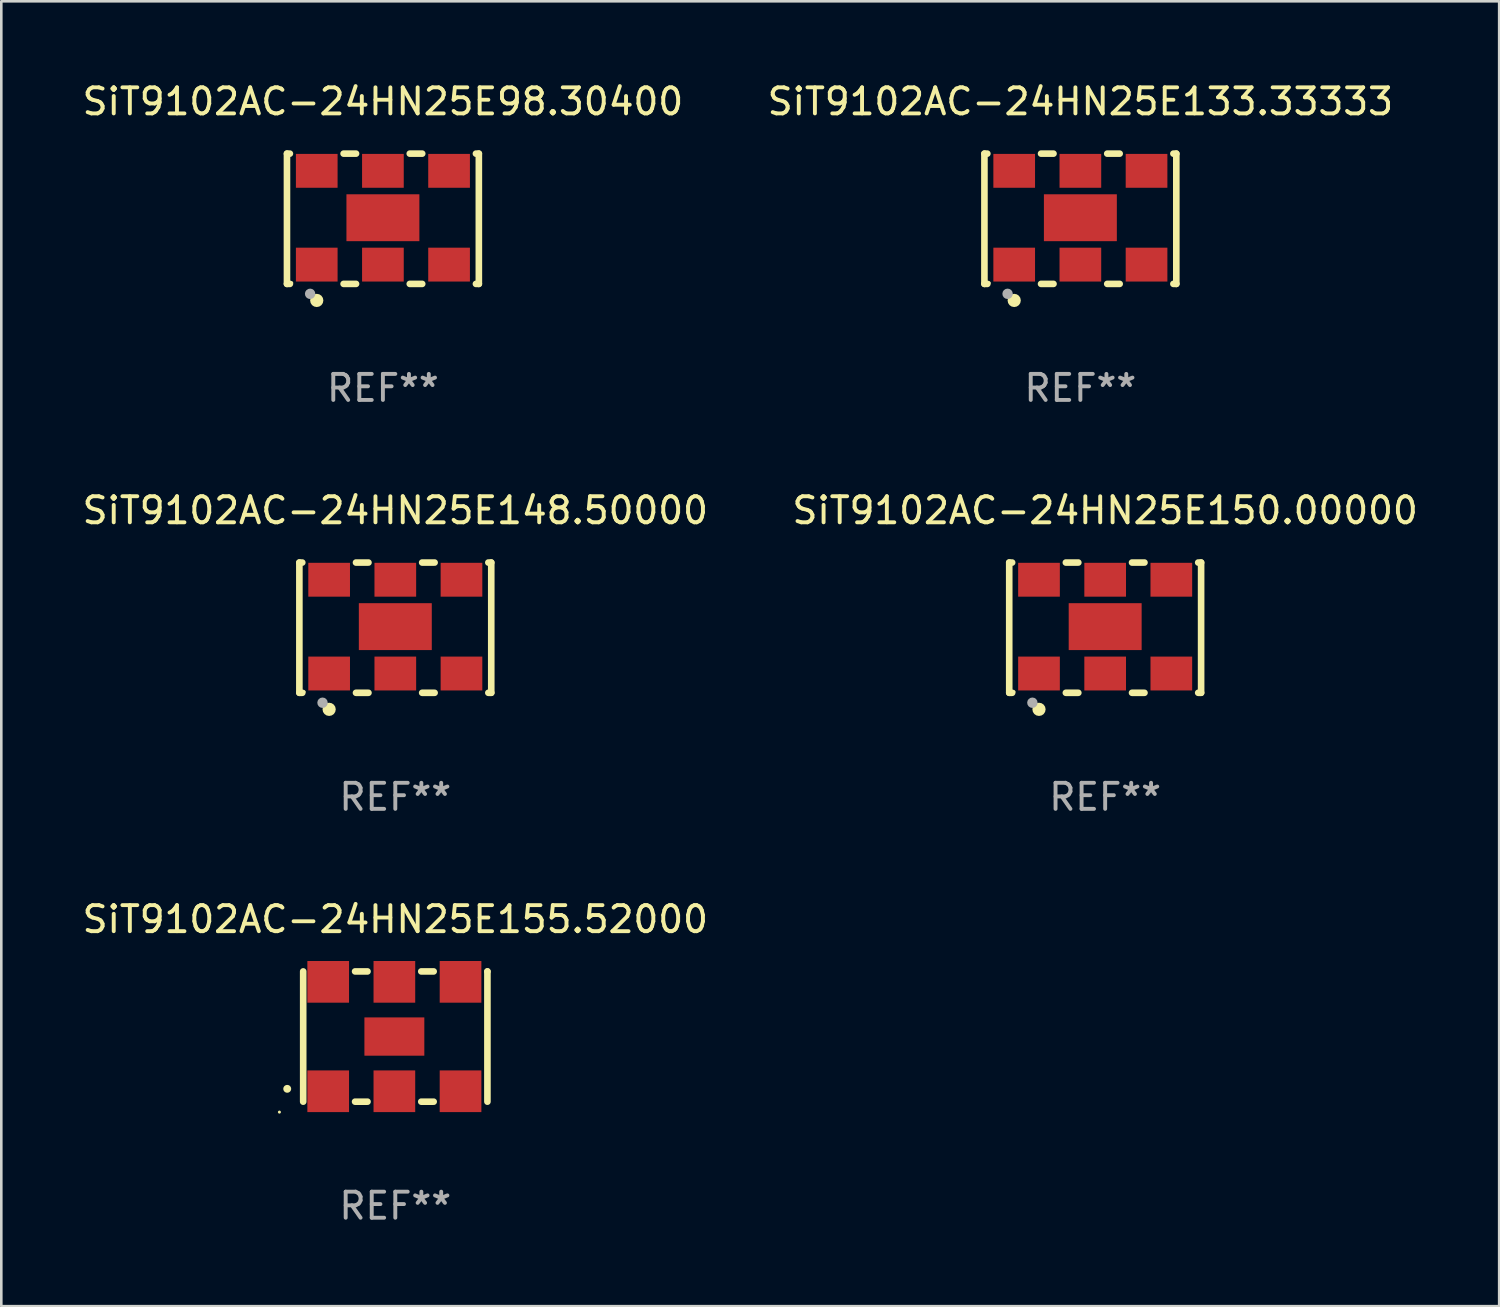
<source format=kicad_pcb>
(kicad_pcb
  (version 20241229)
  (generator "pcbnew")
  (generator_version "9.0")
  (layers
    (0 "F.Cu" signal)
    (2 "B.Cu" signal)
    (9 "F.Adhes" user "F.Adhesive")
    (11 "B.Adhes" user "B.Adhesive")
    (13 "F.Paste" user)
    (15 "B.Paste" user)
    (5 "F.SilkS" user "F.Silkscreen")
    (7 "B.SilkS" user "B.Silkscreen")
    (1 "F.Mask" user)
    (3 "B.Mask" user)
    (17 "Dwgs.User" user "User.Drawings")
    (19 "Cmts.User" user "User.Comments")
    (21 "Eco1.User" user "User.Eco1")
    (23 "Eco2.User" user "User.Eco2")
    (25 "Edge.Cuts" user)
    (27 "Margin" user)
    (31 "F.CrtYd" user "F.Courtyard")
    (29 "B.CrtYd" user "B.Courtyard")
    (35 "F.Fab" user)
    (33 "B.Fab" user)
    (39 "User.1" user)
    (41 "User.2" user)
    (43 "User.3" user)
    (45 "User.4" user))
  (footprint "SiT9102AC-24HN25E98.30400"
    (layer "F.Cu")
    (at 11.649 5.348)
    (property "Reference" "SiT9102AC-24HN25E98.30400" (at 0 -4.5 0) (layer "F.SilkS") (effects (font (size 1 1) (thickness 0.15))))
    (attr through_hole)
    (fp_line (start -3.683 -2.5) (end -3.571 -2.5) (stroke (width 0.254) (type solid)) (layer "F.SilkS"))
    (fp_line (start -3.683 2.5) (end -3.683 -2.5) (stroke (width 0.254) (type solid)) (layer "F.SilkS"))
    (fp_line (start -3.683 2.5) (end -3.571 2.5) (stroke (width 0.254) (type solid)) (layer "F.SilkS"))
    (fp_line (start -1.509 -2.5) (end -1.031 -2.5) (stroke (width 0.254) (type solid)) (layer "F.SilkS"))
    (fp_line (start -1.509 2.5) (end -1.031 2.5) (stroke (width 0.254) (type solid)) (layer "F.SilkS"))
    (fp_line (start 1.031 -2.5) (end 1.509 -2.5) (stroke (width 0.254) (type solid)) (layer "F.SilkS"))
    (fp_line (start 1.031 2.5) (end 1.509 2.5) (stroke (width 0.254) (type solid)) (layer "F.SilkS"))
    (fp_line (start 3.571 -2.5) (end 3.683 -2.5) (stroke (width 0.254) (type solid)) (layer "F.SilkS"))
    (fp_line (start 3.571 2.5) (end 3.683 2.5) (stroke (width 0.254) (type solid)) (layer "F.SilkS"))
    (fp_line (start 3.683 2.5) (end 3.683 -2.5) (stroke (width 0.254) (type solid)) (layer "F.SilkS"))
    (fp_circle (center -3.5 2.46) (end -3.47 2.46) (stroke (width 0.06) (type solid)) (fill no) (layer "F.SilkS"))
    (fp_circle (center -2.54 3.135) (end -2.413 3.135) (stroke (width 0.254) (type solid)) (fill no) (layer "F.SilkS"))
    (fp_circle (center -2.794 2.881) (end -2.694 2.881) (stroke (width 0.2) (type solid)) (fill no) (layer "F.Fab"))
    (fp_text user "REF**" (at 0 6.5 0) (layer "F.Fab") (effects (font (size 1 1) (thickness 0.15))))
    (pad "1" smd rect (at -2.54 1.76) (size 1.6 1.3) (layers "F.Cu" "F.Mask" "F.Paste"))
    (pad "2" smd rect (at 0 1.76) (size 1.6 1.3) (layers "F.Cu" "F.Mask" "F.Paste"))
    (pad "3" smd rect (at 2.54 1.76) (size 1.6 1.3) (layers "F.Cu" "F.Mask" "F.Paste"))
    (pad "4" smd rect (at 2.54 -1.84) (size 1.6 1.3) (layers "F.Cu" "F.Mask" "F.Paste"))
    (pad "5" smd rect (at 0 -1.84) (size 1.6 1.3) (layers "F.Cu" "F.Mask" "F.Paste"))
    (pad "6" smd rect (at -2.54 -1.84) (size 1.6 1.3) (layers "F.Cu" "F.Mask" "F.Paste"))
    (pad "7" smd rect (at 0 -0.04) (size 2.8 1.8) (layers "F.Cu" "F.Mask" "F.Paste")))
  (footprint "SiT9102AC-24HN25E133.33333"
    (layer "F.Cu")
    (at 38.423 5.348)
    (property "Reference" "SiT9102AC-24HN25E133.33333" (at 0 -4.5 0) (layer "F.SilkS") (effects (font (size 1 1) (thickness 0.15))))
    (attr through_hole)
    (fp_line (start -3.683 -2.5) (end -3.571 -2.5) (stroke (width 0.254) (type solid)) (layer "F.SilkS"))
    (fp_line (start -3.683 2.5) (end -3.683 -2.5) (stroke (width 0.254) (type solid)) (layer "F.SilkS"))
    (fp_line (start -3.683 2.5) (end -3.571 2.5) (stroke (width 0.254) (type solid)) (layer "F.SilkS"))
    (fp_line (start -1.509 -2.5) (end -1.031 -2.5) (stroke (width 0.254) (type solid)) (layer "F.SilkS"))
    (fp_line (start -1.509 2.5) (end -1.031 2.5) (stroke (width 0.254) (type solid)) (layer "F.SilkS"))
    (fp_line (start 1.031 -2.5) (end 1.509 -2.5) (stroke (width 0.254) (type solid)) (layer "F.SilkS"))
    (fp_line (start 1.031 2.5) (end 1.509 2.5) (stroke (width 0.254) (type solid)) (layer "F.SilkS"))
    (fp_line (start 3.571 -2.5) (end 3.683 -2.5) (stroke (width 0.254) (type solid)) (layer "F.SilkS"))
    (fp_line (start 3.571 2.5) (end 3.683 2.5) (stroke (width 0.254) (type solid)) (layer "F.SilkS"))
    (fp_line (start 3.683 2.5) (end 3.683 -2.5) (stroke (width 0.254) (type solid)) (layer "F.SilkS"))
    (fp_circle (center -3.5 2.46) (end -3.47 2.46) (stroke (width 0.06) (type solid)) (fill no) (layer "F.SilkS"))
    (fp_circle (center -2.54 3.135) (end -2.413 3.135) (stroke (width 0.254) (type solid)) (fill no) (layer "F.SilkS"))
    (fp_circle (center -2.794 2.881) (end -2.694 2.881) (stroke (width 0.2) (type solid)) (fill no) (layer "F.Fab"))
    (fp_text user "REF**" (at 0 6.5 0) (layer "F.Fab") (effects (font (size 1 1) (thickness 0.15))))
    (pad "1" smd rect (at -2.54 1.76) (size 1.6 1.3) (layers "F.Cu" "F.Mask" "F.Paste"))
    (pad "2" smd rect (at 0 1.76) (size 1.6 1.3) (layers "F.Cu" "F.Mask" "F.Paste"))
    (pad "3" smd rect (at 2.54 1.76) (size 1.6 1.3) (layers "F.Cu" "F.Mask" "F.Paste"))
    (pad "4" smd rect (at 2.54 -1.84) (size 1.6 1.3) (layers "F.Cu" "F.Mask" "F.Paste"))
    (pad "5" smd rect (at 0 -1.84) (size 1.6 1.3) (layers "F.Cu" "F.Mask" "F.Paste"))
    (pad "6" smd rect (at -2.54 -1.84) (size 1.6 1.3) (layers "F.Cu" "F.Mask" "F.Paste"))
    (pad "7" smd rect (at 0 -0.04) (size 2.8 1.8) (layers "F.Cu" "F.Mask" "F.Paste")))
  (footprint "SiT9102AC-24HN25E150.00000"
    (layer "F.Cu")
    (at 39.375 21.045)
    (property "Reference" "SiT9102AC-24HN25E150.00000" (at 0 -4.5 0) (layer "F.SilkS") (effects (font (size 1 1) (thickness 0.15))))
    (attr through_hole)
    (fp_line (start -3.683 -2.5) (end -3.571 -2.5) (stroke (width 0.254) (type solid)) (layer "F.SilkS"))
    (fp_line (start -3.683 2.5) (end -3.683 -2.5) (stroke (width 0.254) (type solid)) (layer "F.SilkS"))
    (fp_line (start -3.683 2.5) (end -3.571 2.5) (stroke (width 0.254) (type solid)) (layer "F.SilkS"))
    (fp_line (start -1.509 -2.5) (end -1.031 -2.5) (stroke (width 0.254) (type solid)) (layer "F.SilkS"))
    (fp_line (start -1.509 2.5) (end -1.031 2.5) (stroke (width 0.254) (type solid)) (layer "F.SilkS"))
    (fp_line (start 1.031 -2.5) (end 1.509 -2.5) (stroke (width 0.254) (type solid)) (layer "F.SilkS"))
    (fp_line (start 1.031 2.5) (end 1.509 2.5) (stroke (width 0.254) (type solid)) (layer "F.SilkS"))
    (fp_line (start 3.571 -2.5) (end 3.683 -2.5) (stroke (width 0.254) (type solid)) (layer "F.SilkS"))
    (fp_line (start 3.571 2.5) (end 3.683 2.5) (stroke (width 0.254) (type solid)) (layer "F.SilkS"))
    (fp_line (start 3.683 2.5) (end 3.683 -2.5) (stroke (width 0.254) (type solid)) (layer "F.SilkS"))
    (fp_circle (center -3.5 2.46) (end -3.47 2.46) (stroke (width 0.06) (type solid)) (fill no) (layer "F.SilkS"))
    (fp_circle (center -2.54 3.135) (end -2.413 3.135) (stroke (width 0.254) (type solid)) (fill no) (layer "F.SilkS"))
    (fp_circle (center -2.794 2.881) (end -2.694 2.881) (stroke (width 0.2) (type solid)) (fill no) (layer "F.Fab"))
    (fp_text user "REF**" (at 0 6.5 0) (layer "F.Fab") (effects (font (size 1 1) (thickness 0.15))))
    (pad "1" smd rect (at -2.54 1.76) (size 1.6 1.3) (layers "F.Cu" "F.Mask" "F.Paste"))
    (pad "2" smd rect (at 0 1.76) (size 1.6 1.3) (layers "F.Cu" "F.Mask" "F.Paste"))
    (pad "3" smd rect (at 2.54 1.76) (size 1.6 1.3) (layers "F.Cu" "F.Mask" "F.Paste"))
    (pad "4" smd rect (at 2.54 -1.84) (size 1.6 1.3) (layers "F.Cu" "F.Mask" "F.Paste"))
    (pad "5" smd rect (at 0 -1.84) (size 1.6 1.3) (layers "F.Cu" "F.Mask" "F.Paste"))
    (pad "6" smd rect (at -2.54 -1.84) (size 1.6 1.3) (layers "F.Cu" "F.Mask" "F.Paste"))
    (pad "7" smd rect (at 0 -0.04) (size 2.8 1.8) (layers "F.Cu" "F.Mask" "F.Paste")))
  (footprint "SiT9102AC-24HN25E155.52000"
    (layer "F.Cu")
    (at 12.125 36.741)
    (property "Reference" "SiT9102AC-24HN25E155.52000" (at 0 -4.5 0) (layer "F.SilkS") (effects (font (size 1 1) (thickness 0.15))))
    (attr through_hole)
    (fp_line (start -3.536 -2.5) (end -3.536 2.5) (stroke (width 0.254) (type solid)) (layer "F.SilkS"))
    (fp_line (start -1.544 2.5) (end -1.067 2.5) (stroke (width 0.254) (type solid)) (layer "F.SilkS"))
    (fp_line (start -1.067 -2.5) (end -1.544 -2.5) (stroke (width 0.254) (type solid)) (layer "F.SilkS"))
    (fp_line (start 0.996 2.5) (end 1.473 2.5) (stroke (width 0.254) (type solid)) (layer "F.SilkS"))
    (fp_line (start 1.473 -2.5) (end 0.996 -2.5) (stroke (width 0.254) (type solid)) (layer "F.SilkS"))
    (fp_line (start 3.536 -2.5) (end 3.536 -2.5) (stroke (width 0.254) (type solid)) (layer "F.SilkS"))
    (fp_line (start 3.536 2.5) (end 3.536 -2.5) (stroke (width 0.254) (type solid)) (layer "F.SilkS"))
    (fp_arc (start -4.150432 2.006604) (mid -4.149162 2.006599) (end -4.147892 2.006604) (stroke (width 0.3) (type solid)) (layer "F.SilkS"))
    (fp_circle (center -4.449 2.9) (end -4.419 2.9) (stroke (width 0.06) (type solid)) (fill no) (layer "F.SilkS"))
    (fp_text user "REF**" (at 0 6.5 0) (layer "F.Fab") (effects (font (size 1 1) (thickness 0.15))))
    (pad "1" smd rect (at -2.576 2.1) (size 1.6 1.6) (layers "F.Cu" "F.Mask" "F.Paste"))
    (pad "2" smd rect (at -0.036 2.1) (size 1.6 1.6) (layers "F.Cu" "F.Mask" "F.Paste"))
    (pad "3" smd rect (at 2.504 2.1) (size 1.6 1.6) (layers "F.Cu" "F.Mask" "F.Paste"))
    (pad "4" smd rect (at 2.504 -2.1) (size 1.6 1.6) (layers "F.Cu" "F.Mask" "F.Paste"))
    (pad "5" smd rect (at -0.036 -2.1) (size 1.6 1.6) (layers "F.Cu" "F.Mask" "F.Paste"))
    (pad "6" smd rect (at -2.576 -2.1) (size 1.6 1.6) (layers "F.Cu" "F.Mask" "F.Paste"))
    (pad "7" smd rect (at -0.036 0) (size 2.3 1.47) (layers "F.Cu" "F.Mask" "F.Paste")))
  (footprint "SiT9102AC-24HN25E148.50000"
    (layer "F.Cu")
    (at 12.125 21.045)
    (property "Reference" "SiT9102AC-24HN25E148.50000" (at 0 -4.5 0) (layer "F.SilkS") (effects (font (size 1 1) (thickness 0.15))))
    (attr through_hole)
    (fp_line (start -3.683 -2.5) (end -3.571 -2.5) (stroke (width 0.254) (type solid)) (layer "F.SilkS"))
    (fp_line (start -3.683 2.5) (end -3.683 -2.5) (stroke (width 0.254) (type solid)) (layer "F.SilkS"))
    (fp_line (start -3.683 2.5) (end -3.571 2.5) (stroke (width 0.254) (type solid)) (layer "F.SilkS"))
    (fp_line (start -1.509 -2.5) (end -1.031 -2.5) (stroke (width 0.254) (type solid)) (layer "F.SilkS"))
    (fp_line (start -1.509 2.5) (end -1.031 2.5) (stroke (width 0.254) (type solid)) (layer "F.SilkS"))
    (fp_line (start 1.031 -2.5) (end 1.509 -2.5) (stroke (width 0.254) (type solid)) (layer "F.SilkS"))
    (fp_line (start 1.031 2.5) (end 1.509 2.5) (stroke (width 0.254) (type solid)) (layer "F.SilkS"))
    (fp_line (start 3.571 -2.5) (end 3.683 -2.5) (stroke (width 0.254) (type solid)) (layer "F.SilkS"))
    (fp_line (start 3.571 2.5) (end 3.683 2.5) (stroke (width 0.254) (type solid)) (layer "F.SilkS"))
    (fp_line (start 3.683 2.5) (end 3.683 -2.5) (stroke (width 0.254) (type solid)) (layer "F.SilkS"))
    (fp_circle (center -3.5 2.46) (end -3.47 2.46) (stroke (width 0.06) (type solid)) (fill no) (layer "F.SilkS"))
    (fp_circle (center -2.54 3.135) (end -2.413 3.135) (stroke (width 0.254) (type solid)) (fill no) (layer "F.SilkS"))
    (fp_circle (center -2.794 2.881) (end -2.694 2.881) (stroke (width 0.2) (type solid)) (fill no) (layer "F.Fab"))
    (fp_text user "REF**" (at 0 6.5 0) (layer "F.Fab") (effects (font (size 1 1) (thickness 0.15))))
    (pad "1" smd rect (at -2.54 1.76) (size 1.6 1.3) (layers "F.Cu" "F.Mask" "F.Paste"))
    (pad "2" smd rect (at 0 1.76) (size 1.6 1.3) (layers "F.Cu" "F.Mask" "F.Paste"))
    (pad "3" smd rect (at 2.54 1.76) (size 1.6 1.3) (layers "F.Cu" "F.Mask" "F.Paste"))
    (pad "4" smd rect (at 2.54 -1.84) (size 1.6 1.3) (layers "F.Cu" "F.Mask" "F.Paste"))
    (pad "5" smd rect (at 0 -1.84) (size 1.6 1.3) (layers "F.Cu" "F.Mask" "F.Paste"))
    (pad "6" smd rect (at -2.54 -1.84) (size 1.6 1.3) (layers "F.Cu" "F.Mask" "F.Paste"))
    (pad "7" smd rect (at 0 -0.04) (size 2.8 1.8) (layers "F.Cu" "F.Mask" "F.Paste")))
  (gr_rect
    (start -3 -3)
    (end 54.5 47.09)
    (stroke (width 0.1) (type default))
    (fill no)
    (layer "Edge.Cuts")))
</source>
